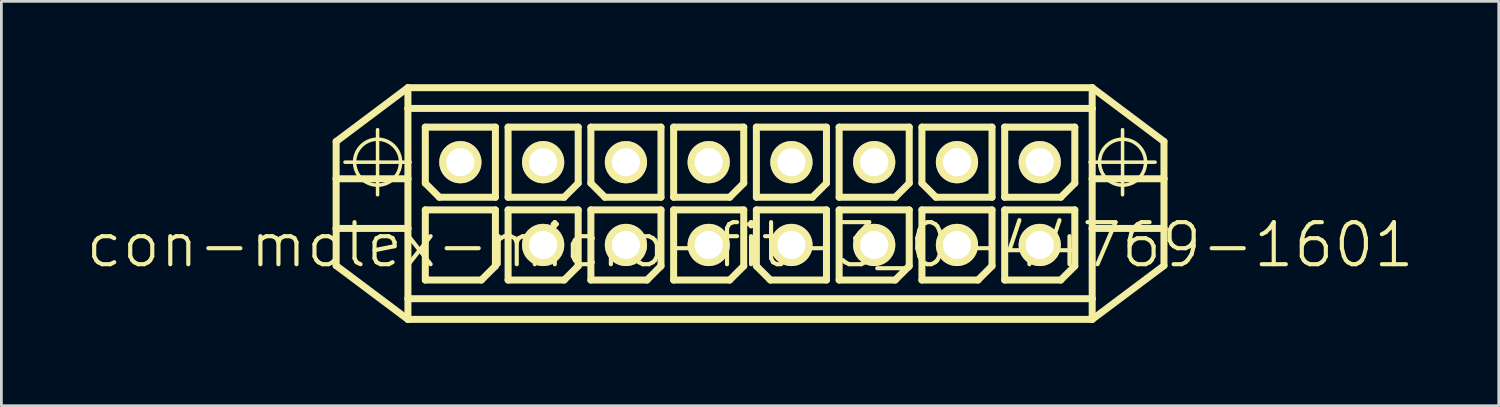
<source format=kicad_pcb>
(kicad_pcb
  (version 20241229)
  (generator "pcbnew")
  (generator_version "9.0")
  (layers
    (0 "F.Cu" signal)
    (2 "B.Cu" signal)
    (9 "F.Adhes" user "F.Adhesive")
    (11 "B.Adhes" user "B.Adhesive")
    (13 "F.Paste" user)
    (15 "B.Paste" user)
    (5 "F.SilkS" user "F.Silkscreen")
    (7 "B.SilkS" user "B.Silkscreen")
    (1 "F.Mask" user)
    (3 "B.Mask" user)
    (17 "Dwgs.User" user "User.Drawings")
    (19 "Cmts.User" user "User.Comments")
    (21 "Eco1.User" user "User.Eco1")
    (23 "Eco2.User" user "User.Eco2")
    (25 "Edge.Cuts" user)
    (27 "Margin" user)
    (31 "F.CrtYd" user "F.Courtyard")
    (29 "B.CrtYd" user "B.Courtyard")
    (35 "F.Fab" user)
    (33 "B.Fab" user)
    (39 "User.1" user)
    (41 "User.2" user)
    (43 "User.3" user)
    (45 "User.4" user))
  (footprint "con-molex-micro-fit-3_0-44769-1601"
    (layer "F.Cu")
    (at 24.13 5.827)
    (property "Reference" "con-molex-micro-fit-3_0-44769-1601" (at 0 0 0) (layer "F.SilkS") (effects (font (size 1.524 1.524) (thickness 0.15))))
    (attr exclude_from_pos_files exclude_from_bom)
    (fp_line (start -14.999 -3.749) (end -12.398 -5.7) (stroke (width 0.254) (type solid)) (layer "F.SilkS"))
    (fp_line (start -14.999 -2.398) (end -14.999 -3.749) (stroke (width 0.254) (type solid)) (layer "F.SilkS"))
    (fp_line (start -14.999 -2.398) (end -12.398 -2.398) (stroke (width 0.254) (type solid)) (layer "F.SilkS"))
    (fp_line (start -14.999 -0.599) (end -14.999 -2.398) (stroke (width 0.254) (type solid)) (layer "F.SilkS"))
    (fp_line (start -14.999 -0.599) (end -12.398 -0.599) (stroke (width 0.254) (type solid)) (layer "F.SilkS"))
    (fp_line (start -14.999 0.749) (end -14.999 -0.599) (stroke (width 0.254) (type solid)) (layer "F.SilkS"))
    (fp_line (start -14.679 -3) (end -12.319 -3) (stroke (width 0.127) (type solid)) (layer "F.SilkS"))
    (fp_line (start -13.498 -1.819) (end -13.498 -4.178) (stroke (width 0.127) (type solid)) (layer "F.SilkS"))
    (fp_line (start -12.398 -5.7) (end -12.398 -4.948) (stroke (width 0.254) (type solid)) (layer "F.SilkS"))
    (fp_line (start -12.398 -5.7) (end 12.398 -5.7) (stroke (width 0.254) (type solid)) (layer "F.SilkS"))
    (fp_line (start -12.398 -4.948) (end 12.398 -4.948) (stroke (width 0.254) (type solid)) (layer "F.SilkS"))
    (fp_line (start -12.398 -2.398) (end -12.398 -4.948) (stroke (width 0.254) (type solid)) (layer "F.SilkS"))
    (fp_line (start -12.398 -0.599) (end -12.398 -2.398) (stroke (width 0.254) (type solid)) (layer "F.SilkS"))
    (fp_line (start -12.398 -0.599) (end -12.398 1.948) (stroke (width 0.254) (type solid)) (layer "F.SilkS"))
    (fp_line (start -12.398 1.948) (end -12.398 2.697) (stroke (width 0.254) (type solid)) (layer "F.SilkS"))
    (fp_line (start -12.398 1.948) (end 12.398 1.948) (stroke (width 0.254) (type solid)) (layer "F.SilkS"))
    (fp_line (start -12.398 2.697) (end -14.999 0.749) (stroke (width 0.254) (type solid)) (layer "F.SilkS"))
    (fp_line (start -11.768 -4.27) (end -9.228 -4.27) (stroke (width 0.254) (type solid)) (layer "F.SilkS"))
    (fp_line (start -11.768 -2.238) (end -11.768 -4.27) (stroke (width 0.254) (type solid)) (layer "F.SilkS"))
    (fp_line (start -11.768 -1.27) (end -9.228 -1.27) (stroke (width 0.254) (type solid)) (layer "F.SilkS"))
    (fp_line (start -11.768 1.27) (end -11.768 -1.27) (stroke (width 0.254) (type solid)) (layer "F.SilkS"))
    (fp_line (start -11.26 -1.73) (end -11.768 -2.238) (stroke (width 0.254) (type solid)) (layer "F.SilkS"))
    (fp_line (start -9.736 1.27) (end -11.768 1.27) (stroke (width 0.254) (type solid)) (layer "F.SilkS"))
    (fp_line (start -9.228 -4.27) (end -9.228 -1.73) (stroke (width 0.254) (type solid)) (layer "F.SilkS"))
    (fp_line (start -9.228 -1.73) (end -11.26 -1.73) (stroke (width 0.254) (type solid)) (layer "F.SilkS"))
    (fp_line (start -9.228 -1.27) (end -9.228 0.762) (stroke (width 0.254) (type solid)) (layer "F.SilkS"))
    (fp_line (start -9.228 0.762) (end -9.736 1.27) (stroke (width 0.254) (type solid)) (layer "F.SilkS"))
    (fp_line (start -8.768 -4.27) (end -6.228 -4.27) (stroke (width 0.254) (type solid)) (layer "F.SilkS"))
    (fp_line (start -8.768 -1.73) (end -8.768 -4.27) (stroke (width 0.254) (type solid)) (layer "F.SilkS"))
    (fp_line (start -8.768 -1.27) (end -6.228 -1.27) (stroke (width 0.254) (type solid)) (layer "F.SilkS"))
    (fp_line (start -8.768 1.27) (end -8.768 -1.27) (stroke (width 0.254) (type solid)) (layer "F.SilkS"))
    (fp_line (start -6.736 -1.73) (end -8.768 -1.73) (stroke (width 0.254) (type solid)) (layer "F.SilkS"))
    (fp_line (start -6.736 1.27) (end -8.768 1.27) (stroke (width 0.254) (type solid)) (layer "F.SilkS"))
    (fp_line (start -6.228 -4.27) (end -6.228 -2.238) (stroke (width 0.254) (type solid)) (layer "F.SilkS"))
    (fp_line (start -6.228 -2.238) (end -6.736 -1.73) (stroke (width 0.254) (type solid)) (layer "F.SilkS"))
    (fp_line (start -6.228 -1.27) (end -6.228 0.762) (stroke (width 0.254) (type solid)) (layer "F.SilkS"))
    (fp_line (start -6.228 0.762) (end -6.736 1.27) (stroke (width 0.254) (type solid)) (layer "F.SilkS"))
    (fp_line (start -5.768 -4.27) (end -3.228 -4.27) (stroke (width 0.254) (type solid)) (layer "F.SilkS"))
    (fp_line (start -5.768 -2.238) (end -5.768 -4.27) (stroke (width 0.254) (type solid)) (layer "F.SilkS"))
    (fp_line (start -5.768 -1.27) (end -3.228 -1.27) (stroke (width 0.254) (type solid)) (layer "F.SilkS"))
    (fp_line (start -5.768 1.27) (end -5.768 -1.27) (stroke (width 0.254) (type solid)) (layer "F.SilkS"))
    (fp_line (start -5.26 -1.73) (end -5.768 -2.238) (stroke (width 0.254) (type solid)) (layer "F.SilkS"))
    (fp_line (start -3.736 1.27) (end -5.768 1.27) (stroke (width 0.254) (type solid)) (layer "F.SilkS"))
    (fp_line (start -3.228 -4.27) (end -3.228 -1.73) (stroke (width 0.254) (type solid)) (layer "F.SilkS"))
    (fp_line (start -3.228 -1.73) (end -5.26 -1.73) (stroke (width 0.254) (type solid)) (layer "F.SilkS"))
    (fp_line (start -3.228 -1.27) (end -3.228 0.762) (stroke (width 0.254) (type solid)) (layer "F.SilkS"))
    (fp_line (start -3.228 0.762) (end -3.736 1.27) (stroke (width 0.254) (type solid)) (layer "F.SilkS"))
    (fp_line (start -2.769 -4.27) (end -0.229 -4.27) (stroke (width 0.254) (type solid)) (layer "F.SilkS"))
    (fp_line (start -2.769 -1.73) (end -2.769 -4.27) (stroke (width 0.254) (type solid)) (layer "F.SilkS"))
    (fp_line (start -2.769 -1.27) (end -0.229 -1.27) (stroke (width 0.254) (type solid)) (layer "F.SilkS"))
    (fp_line (start -2.769 1.27) (end -2.769 -1.27) (stroke (width 0.254) (type solid)) (layer "F.SilkS"))
    (fp_line (start -0.737 -1.73) (end -2.769 -1.73) (stroke (width 0.254) (type solid)) (layer "F.SilkS"))
    (fp_line (start -0.737 1.27) (end -2.769 1.27) (stroke (width 0.254) (type solid)) (layer "F.SilkS"))
    (fp_line (start -0.229 -4.27) (end -0.229 -2.238) (stroke (width 0.254) (type solid)) (layer "F.SilkS"))
    (fp_line (start -0.229 -2.238) (end -0.737 -1.73) (stroke (width 0.254) (type solid)) (layer "F.SilkS"))
    (fp_line (start -0.229 -1.27) (end -0.229 0.762) (stroke (width 0.254) (type solid)) (layer "F.SilkS"))
    (fp_line (start -0.229 0.762) (end -0.737 1.27) (stroke (width 0.254) (type solid)) (layer "F.SilkS"))
    (fp_line (start 0.229 -4.27) (end 2.769 -4.27) (stroke (width 0.254) (type solid)) (layer "F.SilkS"))
    (fp_line (start 0.229 -1.73) (end 0.229 -4.27) (stroke (width 0.254) (type solid)) (layer "F.SilkS"))
    (fp_line (start 0.229 -1.27) (end 2.769 -1.27) (stroke (width 0.254) (type solid)) (layer "F.SilkS"))
    (fp_line (start 0.229 0.762) (end 0.229 -1.27) (stroke (width 0.254) (type solid)) (layer "F.SilkS"))
    (fp_line (start 0.737 1.27) (end 0.229 0.762) (stroke (width 0.254) (type solid)) (layer "F.SilkS"))
    (fp_line (start 2.261 -1.73) (end 0.229 -1.73) (stroke (width 0.254) (type solid)) (layer "F.SilkS"))
    (fp_line (start 2.769 -4.27) (end 2.769 -2.238) (stroke (width 0.254) (type solid)) (layer "F.SilkS"))
    (fp_line (start 2.769 -2.238) (end 2.261 -1.73) (stroke (width 0.254) (type solid)) (layer "F.SilkS"))
    (fp_line (start 2.769 -1.27) (end 2.769 1.27) (stroke (width 0.254) (type solid)) (layer "F.SilkS"))
    (fp_line (start 2.769 1.27) (end 0.737 1.27) (stroke (width 0.254) (type solid)) (layer "F.SilkS"))
    (fp_line (start 3.228 -4.27) (end 5.768 -4.27) (stroke (width 0.254) (type solid)) (layer "F.SilkS"))
    (fp_line (start 3.228 -1.73) (end 3.228 -4.27) (stroke (width 0.254) (type solid)) (layer "F.SilkS"))
    (fp_line (start 3.228 -1.27) (end 5.768 -1.27) (stroke (width 0.254) (type solid)) (layer "F.SilkS"))
    (fp_line (start 3.228 1.27) (end 3.228 -1.27) (stroke (width 0.254) (type solid)) (layer "F.SilkS"))
    (fp_line (start 5.26 -1.73) (end 3.228 -1.73) (stroke (width 0.254) (type solid)) (layer "F.SilkS"))
    (fp_line (start 5.26 1.27) (end 3.228 1.27) (stroke (width 0.254) (type solid)) (layer "F.SilkS"))
    (fp_line (start 5.768 -4.27) (end 5.768 -2.238) (stroke (width 0.254) (type solid)) (layer "F.SilkS"))
    (fp_line (start 5.768 -2.238) (end 5.26 -1.73) (stroke (width 0.254) (type solid)) (layer "F.SilkS"))
    (fp_line (start 5.768 -1.27) (end 5.768 0.762) (stroke (width 0.254) (type solid)) (layer "F.SilkS"))
    (fp_line (start 5.768 0.762) (end 5.26 1.27) (stroke (width 0.254) (type solid)) (layer "F.SilkS"))
    (fp_line (start 6.228 -4.27) (end 8.768 -4.27) (stroke (width 0.254) (type solid)) (layer "F.SilkS"))
    (fp_line (start 6.228 -2.238) (end 6.228 -4.27) (stroke (width 0.254) (type solid)) (layer "F.SilkS"))
    (fp_line (start 6.228 -1.27) (end 8.768 -1.27) (stroke (width 0.254) (type solid)) (layer "F.SilkS"))
    (fp_line (start 6.228 1.27) (end 6.228 -1.27) (stroke (width 0.254) (type solid)) (layer "F.SilkS"))
    (fp_line (start 6.736 -1.73) (end 6.228 -2.238) (stroke (width 0.254) (type solid)) (layer "F.SilkS"))
    (fp_line (start 8.26 1.27) (end 6.228 1.27) (stroke (width 0.254) (type solid)) (layer "F.SilkS"))
    (fp_line (start 8.768 -4.27) (end 8.768 -1.73) (stroke (width 0.254) (type solid)) (layer "F.SilkS"))
    (fp_line (start 8.768 -1.73) (end 6.736 -1.73) (stroke (width 0.254) (type solid)) (layer "F.SilkS"))
    (fp_line (start 8.768 -1.27) (end 8.768 0.762) (stroke (width 0.254) (type solid)) (layer "F.SilkS"))
    (fp_line (start 8.768 0.762) (end 8.26 1.27) (stroke (width 0.254) (type solid)) (layer "F.SilkS"))
    (fp_line (start 9.228 -4.27) (end 11.768 -4.27) (stroke (width 0.254) (type solid)) (layer "F.SilkS"))
    (fp_line (start 9.228 -1.73) (end 9.228 -4.27) (stroke (width 0.254) (type solid)) (layer "F.SilkS"))
    (fp_line (start 9.228 -1.27) (end 11.768 -1.27) (stroke (width 0.254) (type solid)) (layer "F.SilkS"))
    (fp_line (start 9.228 1.27) (end 9.228 -1.27) (stroke (width 0.254) (type solid)) (layer "F.SilkS"))
    (fp_line (start 11.26 -1.73) (end 9.228 -1.73) (stroke (width 0.254) (type solid)) (layer "F.SilkS"))
    (fp_line (start 11.26 1.27) (end 9.228 1.27) (stroke (width 0.254) (type solid)) (layer "F.SilkS"))
    (fp_line (start 11.768 -4.27) (end 11.768 -2.238) (stroke (width 0.254) (type solid)) (layer "F.SilkS"))
    (fp_line (start 11.768 -2.238) (end 11.26 -1.73) (stroke (width 0.254) (type solid)) (layer "F.SilkS"))
    (fp_line (start 11.768 -1.27) (end 11.768 0.762) (stroke (width 0.254) (type solid)) (layer "F.SilkS"))
    (fp_line (start 11.768 0.762) (end 11.26 1.27) (stroke (width 0.254) (type solid)) (layer "F.SilkS"))
    (fp_line (start 12.319 -3) (end 14.679 -3) (stroke (width 0.127) (type solid)) (layer "F.SilkS"))
    (fp_line (start 12.398 -5.7) (end 12.398 -4.948) (stroke (width 0.254) (type solid)) (layer "F.SilkS"))
    (fp_line (start 12.398 -5.7) (end 14.999 -3.749) (stroke (width 0.254) (type solid)) (layer "F.SilkS"))
    (fp_line (start 12.398 -4.948) (end 12.398 -2.398) (stroke (width 0.254) (type solid)) (layer "F.SilkS"))
    (fp_line (start 12.398 -2.398) (end 12.398 -0.599) (stroke (width 0.254) (type solid)) (layer "F.SilkS"))
    (fp_line (start 12.398 -2.398) (end 14.999 -2.398) (stroke (width 0.254) (type solid)) (layer "F.SilkS"))
    (fp_line (start 12.398 -0.599) (end 12.398 1.948) (stroke (width 0.254) (type solid)) (layer "F.SilkS"))
    (fp_line (start 12.398 -0.599) (end 14.999 -0.599) (stroke (width 0.254) (type solid)) (layer "F.SilkS"))
    (fp_line (start 12.398 1.948) (end 12.398 2.697) (stroke (width 0.254) (type solid)) (layer "F.SilkS"))
    (fp_line (start 12.398 2.697) (end -12.398 2.697) (stroke (width 0.254) (type solid)) (layer "F.SilkS"))
    (fp_line (start 13.498 -1.819) (end 13.498 -4.178) (stroke (width 0.127) (type solid)) (layer "F.SilkS"))
    (fp_line (start 14.999 -3.749) (end 14.999 -2.398) (stroke (width 0.254) (type solid)) (layer "F.SilkS"))
    (fp_line (start 14.999 -2.398) (end 14.999 -0.599) (stroke (width 0.254) (type solid)) (layer "F.SilkS"))
    (fp_line (start 14.999 -0.599) (end 14.999 0.749) (stroke (width 0.254) (type solid)) (layer "F.SilkS"))
    (fp_line (start 14.999 0.749) (end 12.398 2.697) (stroke (width 0.254) (type solid)) (layer "F.SilkS"))
    (fp_circle (center -13.498 -3) (end -14.087 -3.589) (stroke (width 0.127) (type solid)) (fill no) (layer "F.SilkS"))
    (fp_circle (center 13.498 -3) (end 14.087 -3.589) (stroke (width 0.127) (type solid)) (fill no) (layer "F.SilkS"))
    (pad "P$1" thru_hole rect (at -10.498 0) (size 0.001 0.001) (drill 1.019) (layers "*.Cu" "F.Mask" "F.SilkS" "F.Paste"))
    (pad "P$2" thru_hole circle (at -7.498 0) (size 1.529 1.529) (drill 1.019) (layers "*.Cu" "F.Mask" "F.SilkS" "F.Paste"))
    (pad "P$3" thru_hole circle (at -4.498 0) (size 1.529 1.529) (drill 1.019) (layers "*.Cu" "F.Mask" "F.SilkS" "F.Paste"))
    (pad "P$4" thru_hole circle (at -1.499 0) (size 1.529 1.529) (drill 1.019) (layers "*.Cu" "F.Mask" "F.SilkS" "F.Paste"))
    (pad "P$5" thru_hole circle (at 1.499 0) (size 1.529 1.529) (drill 1.019) (layers "*.Cu" "F.Mask" "F.SilkS" "F.Paste"))
    (pad "P$6" thru_hole circle (at 4.498 0) (size 1.529 1.529) (drill 1.019) (layers "*.Cu" "F.Mask" "F.SilkS" "F.Paste"))
    (pad "P$7" thru_hole circle (at 7.498 0) (size 1.529 1.529) (drill 1.019) (layers "*.Cu" "F.Mask" "F.SilkS" "F.Paste"))
    (pad "P$8" thru_hole circle (at 10.498 0) (size 1.529 1.529) (drill 1.019) (layers "*.Cu" "F.Mask" "F.SilkS" "F.Paste"))
    (pad "P$9" thru_hole circle (at -10.498 -3) (size 1.529 1.529) (drill 1.019) (layers "*.Cu" "F.Mask" "F.SilkS" "F.Paste"))
    (pad "P$10" thru_hole circle (at -7.498 -3) (size 1.529 1.529) (drill 1.019) (layers "*.Cu" "F.Mask" "F.SilkS" "F.Paste"))
    (pad "P$11" thru_hole circle (at -4.498 -3) (size 1.529 1.529) (drill 1.019) (layers "*.Cu" "F.Mask" "F.SilkS" "F.Paste"))
    (pad "P$12" thru_hole circle (at -1.499 -3) (size 1.529 1.529) (drill 1.019) (layers "*.Cu" "F.Mask" "F.SilkS" "F.Paste"))
    (pad "P$13" thru_hole circle (at 1.499 -3) (size 1.529 1.529) (drill 1.019) (layers "*.Cu" "F.Mask" "F.SilkS" "F.Paste"))
    (pad "P$14" thru_hole circle (at 4.498 -3) (size 1.529 1.529) (drill 1.019) (layers "*.Cu" "F.Mask" "F.SilkS" "F.Paste"))
    (pad "P$15" thru_hole circle (at 7.498 -3) (size 1.529 1.529) (drill 1.019) (layers "*.Cu" "F.Mask" "F.SilkS" "F.Paste"))
    (pad "P$16" thru_hole circle (at 10.498 -3) (size 1.529 1.529) (drill 1.019) (layers "*.Cu" "F.Mask" "F.SilkS" "F.Paste")))
  (gr_rect
    (start -3 -3)
    (end 51.26 11.651)
    (stroke (width 0.1) (type default))
    (fill no)
    (layer "Edge.Cuts")))
</source>
